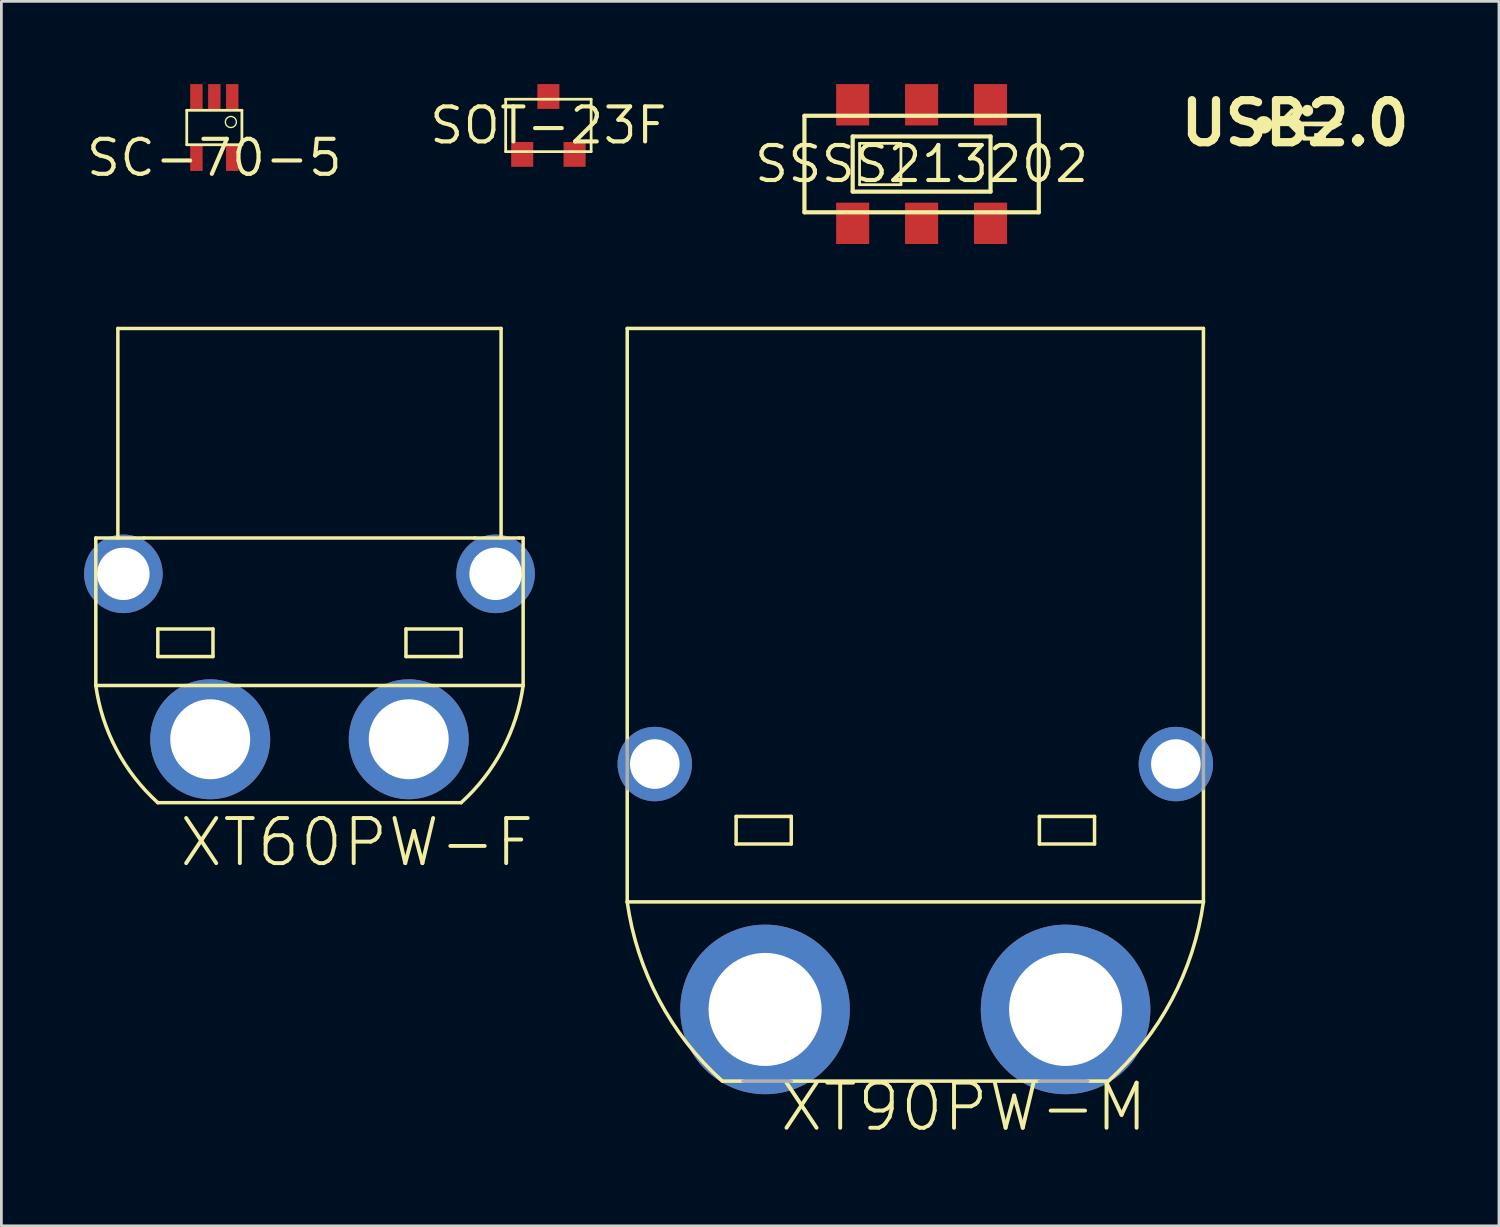
<source format=kicad_pcb>
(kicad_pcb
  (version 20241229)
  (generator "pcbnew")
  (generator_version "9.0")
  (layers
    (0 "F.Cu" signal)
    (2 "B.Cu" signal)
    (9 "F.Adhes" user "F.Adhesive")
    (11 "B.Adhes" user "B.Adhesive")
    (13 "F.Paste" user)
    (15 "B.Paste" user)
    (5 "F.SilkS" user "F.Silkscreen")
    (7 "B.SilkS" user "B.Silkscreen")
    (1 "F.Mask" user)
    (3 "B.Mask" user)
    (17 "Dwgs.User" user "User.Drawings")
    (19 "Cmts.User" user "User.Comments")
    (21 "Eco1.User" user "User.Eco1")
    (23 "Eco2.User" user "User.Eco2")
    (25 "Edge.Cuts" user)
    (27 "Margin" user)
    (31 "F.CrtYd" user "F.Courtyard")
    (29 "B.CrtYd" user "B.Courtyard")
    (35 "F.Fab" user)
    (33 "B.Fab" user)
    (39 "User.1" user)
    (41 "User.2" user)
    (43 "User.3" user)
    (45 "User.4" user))
  (footprint "XT60PW-F"
    (layer "F.Cu")
    (at 8.175 23.764)
    (property "Reference" "XT60PW-F" (at -4.8 4.7 0) (layer "F.SilkS") (effects (font (size 1.636 1.636) (thickness 0.142)) (justify left bottom)))
    (fp_line (start -7.75 -7.3) (end -7.75 -6.85) (stroke (width 0.127) (type solid)) (layer "F.SilkS"))
    (fp_line (start -7.75 -7.3) (end -6 -7.3) (stroke (width 0.127) (type solid)) (layer "F.SilkS"))
    (fp_line (start -7.75 -6.85) (end -7.75 -5) (stroke (width 0.127) (type solid)) (layer "F.SilkS"))
    (fp_line (start -7.75 -5) (end -7.75 -1.95) (stroke (width 0.127) (type solid)) (layer "F.SilkS"))
    (fp_line (start -7.75 -1.95) (end -4.5 -1.95) (stroke (width 0.127) (type solid)) (layer "F.SilkS"))
    (fp_line (start -6.95 -14.9) (end -6.95 -7.3) (stroke (width 0.127) (type solid)) (layer "F.SilkS"))
    (fp_line (start -6.95 -14.9) (end 6.95 -14.9) (stroke (width 0.127) (type solid)) (layer "F.SilkS"))
    (fp_line (start -6 -7.3) (end 6 -7.3) (stroke (width 0.127) (type solid)) (layer "F.SilkS"))
    (fp_line (start -5.5 -4) (end -5.5 -3) (stroke (width 0.127) (type solid)) (layer "F.SilkS"))
    (fp_line (start -5.5 -4) (end -3.5 -4) (stroke (width 0.127) (type solid)) (layer "F.SilkS"))
    (fp_line (start -5.5 2.3) (end 5.5 2.3) (stroke (width 0.127) (type solid)) (layer "F.SilkS"))
    (fp_line (start -4.5 -1.95) (end -2.75 -1.95) (stroke (width 0.127) (type solid)) (layer "F.SilkS"))
    (fp_line (start -3.5 -4) (end -3.5 -3) (stroke (width 0.127) (type solid)) (layer "F.SilkS"))
    (fp_line (start -3.5 -3) (end -5.5 -3) (stroke (width 0.127) (type solid)) (layer "F.SilkS"))
    (fp_line (start -2.75 -1.95) (end 2.75 -1.95) (stroke (width 0.127) (type solid)) (layer "F.SilkS"))
    (fp_line (start 3.5 -4) (end 3.5 -3) (stroke (width 0.127) (type solid)) (layer "F.SilkS"))
    (fp_line (start 3.5 -4) (end 5.5 -4) (stroke (width 0.127) (type solid)) (layer "F.SilkS"))
    (fp_line (start 4.5 -1.95) (end 2.75 -1.95) (stroke (width 0.127) (type solid)) (layer "F.SilkS"))
    (fp_line (start 4.5 -1.95) (end 7.75 -1.95) (stroke (width 0.127) (type solid)) (layer "F.SilkS"))
    (fp_line (start 5.5 -4) (end 5.5 -3) (stroke (width 0.127) (type solid)) (layer "F.SilkS"))
    (fp_line (start 5.5 -3) (end 3.5 -3) (stroke (width 0.127) (type solid)) (layer "F.SilkS"))
    (fp_line (start 6 -7.3) (end 7.6 -7.3) (stroke (width 0.127) (type solid)) (layer "F.SilkS"))
    (fp_line (start 6.95 -14.9) (end 6.95 -7.3) (stroke (width 0.127) (type solid)) (layer "F.SilkS"))
    (fp_line (start 7.6 -7.3) (end 7.75 -7.3) (stroke (width 0.127) (type solid)) (layer "F.SilkS"))
    (fp_line (start 7.75 -7.3) (end 7.75 -6.85) (stroke (width 0.127) (type solid)) (layer "F.SilkS"))
    (fp_line (start 7.75 -5) (end 7.75 -6.85) (stroke (width 0.127) (type solid)) (layer "F.SilkS"))
    (fp_line (start 7.75 -5) (end 7.75 -1.95) (stroke (width 0.127) (type solid)) (layer "F.SilkS"))
    (fp_arc (start -5.5 2.3) (mid -6.999695 0.373368) (end -7.75 -1.95) (stroke (width 0.127) (type solid)) (layer "F.SilkS"))
    (fp_arc (start 7.75 -1.95) (mid 6.999695 0.373368) (end 5.5 2.3) (stroke (width 0.127) (type solid)) (layer "F.SilkS"))
    (pad "+" thru_hole circle (at -3.6 0) (size 4.35 4.35) (drill 2.9) (layers "*.Cu" "*.Mask"))
    (pad "-" thru_hole circle (at 3.6 0) (size 4.35 4.35) (drill 2.9) (layers "*.Cu" "*.Mask"))
    (pad "P$3" thru_hole circle (at -6.75 -6) (size 2.85 2.85) (drill 1.9) (layers "*.Cu" "*.Mask"))
    (pad "P$4" thru_hole circle (at 6.75 -6) (size 2.85 2.85) (drill 1.9) (layers "*.Cu" "*.Mask")))
  (footprint "XT90PW-M"
    (layer "F.Cu")
    (at 30.15 33.563)
    (property "Reference" "XT90PW-M" (at -5 4.5 0) (layer "F.SilkS") (effects (font (size 1.636 1.636) (thickness 0.142)) (justify left bottom)))
    (fp_line (start -10.45 -24.7) (end -10.45 -9.75) (stroke (width 0.127) (type solid)) (layer "F.SilkS"))
    (fp_line (start -10.45 -24.7) (end 10.45 -24.7) (stroke (width 0.127) (type solid)) (layer "F.SilkS"))
    (fp_line (start -10.45 -8) (end -10.45 -3.9) (stroke (width 0.127) (type solid)) (layer "F.SilkS"))
    (fp_line (start -10.45 -3.9) (end 10.45 -3.9) (stroke (width 0.127) (type solid)) (layer "F.SilkS"))
    (fp_line (start -7 2.6) (end -6.25 2.6) (stroke (width 0.127) (type solid)) (layer "F.SilkS"))
    (fp_line (start -6.5 -7) (end -4.5 -7) (stroke (width 0.127) (type solid)) (layer "F.SilkS"))
    (fp_line (start -6.5 -6) (end -6.5 -7) (stroke (width 0.127) (type solid)) (layer "F.SilkS"))
    (fp_line (start -4.5 -7) (end -4.5 -6) (stroke (width 0.127) (type solid)) (layer "F.SilkS"))
    (fp_line (start -4.5 -6) (end -6.5 -6) (stroke (width 0.127) (type solid)) (layer "F.SilkS"))
    (fp_line (start -4.5 2.6) (end 4.5 2.6) (stroke (width 0.127) (type solid)) (layer "F.SilkS"))
    (fp_line (start 4.5 -7) (end 6.5 -7) (stroke (width 0.127) (type solid)) (layer "F.SilkS"))
    (fp_line (start 4.5 -6) (end 4.5 -7) (stroke (width 0.127) (type solid)) (layer "F.SilkS"))
    (fp_line (start 6.25 2.6) (end 7 2.6) (stroke (width 0.127) (type solid)) (layer "F.SilkS"))
    (fp_line (start 6.5 -7) (end 6.5 -6) (stroke (width 0.127) (type solid)) (layer "F.SilkS"))
    (fp_line (start 6.5 -6) (end 4.5 -6) (stroke (width 0.127) (type solid)) (layer "F.SilkS"))
    (fp_line (start 10.45 -24.7) (end 10.45 -9.75) (stroke (width 0.127) (type solid)) (layer "F.SilkS"))
    (fp_line (start 10.45 -8) (end 10.45 -3.9) (stroke (width 0.127) (type solid)) (layer "F.SilkS"))
    (fp_arc (start -7 2.6) (mid -9.298063 -0.345836) (end -10.45 -3.9) (stroke (width 0.127) (type solid)) (layer "F.SilkS"))
    (fp_arc (start 10.45 -3.899999) (mid 9.298063 -0.345835) (end 7 2.6) (stroke (width 0.127) (type solid)) (layer "F.SilkS"))
    (fp_line (start -10.45 -9.75) (end -10.45 -8) (stroke (width 0.127) (type solid)) (layer "F.Fab"))
    (fp_line (start -6.25 2.6) (end -4.5 2.6) (stroke (width 0.127) (type solid)) (layer "F.Fab"))
    (fp_line (start 4.5 2.6) (end 6.25 2.6) (stroke (width 0.127) (type solid)) (layer "F.Fab"))
    (fp_line (start 10.45 -9.75) (end 10.45 -8) (stroke (width 0.127) (type solid)) (layer "F.Fab"))
    (pad "+" thru_hole circle (at 5.45 0) (size 6.15 6.15) (drill 4.1) (layers "*.Cu" "*.Mask"))
    (pad "-" thru_hole circle (at -5.45 0) (size 6.15 6.15) (drill 4.1) (layers "*.Cu" "*.Mask"))
    (pad "P$3" thru_hole circle (at -9.45 -8.9) (size 2.7 2.7) (drill 1.8) (layers "*.Cu" "*.Mask"))
    (pad "P$4" thru_hole circle (at 9.45 -8.9) (size 2.7 2.7) (drill 1.8) (layers "*.Cu" "*.Mask")))
  (footprint "USB2.0"
    (layer "F.Cu")
    (at 43.922 1.418)
    (property "Reference" "USB2.0" (at 0 0 0) (layer "F.SilkS") (effects (font (size 1.524 1.524) (thickness 0.3))))
    (attr through_hole)
    (fp_poly (pts (xy 0.501 -0.656) (xy 0.544 -0.639) (xy 0.589 -0.602) (xy 0.627 -0.564) (xy 0.646 -0.529) (xy 0.652 -0.483) (xy 0.652 -0.457) (xy 0.649 -0.402) (xy 0.637 -0.365) (xy 0.607 -0.33) (xy 0.589 -0.312) (xy 0.542 -0.275) (xy 0.5 -0.258) (xy 0.447 -0.254) (xy 0.394 -0.258) (xy 0.354 -0.275) (xy 0.311 -0.312) (xy 0.31 -0.313) (xy 0.251 -0.373) (xy -0.077 -0.373) (xy -0.397 -0.051) (xy 1.355 -0.051) (xy 1.355 -0.11) (xy 1.357 -0.149) (xy 1.364 -0.169) (xy 1.365 -0.169) (xy 1.385 -0.161) (xy 1.426 -0.14) (xy 1.481 -0.11) (xy 1.542 -0.074) (xy 1.603 -0.038) (xy 1.656 -0.006) (xy 1.694 0.019) (xy 1.71 0.033) (xy 1.71 0.033) (xy 1.697 0.045) (xy 1.66 0.069) (xy 1.609 0.101) (xy 1.549 0.137) (xy 1.488 0.173) (xy 1.432 0.205) (xy 1.389 0.227) (xy 1.366 0.237) (xy 1.365 0.237) (xy 1.359 0.222) (xy 1.353 0.185) (xy 1.351 0.174) (xy 1.346 0.11) (xy 0.699 0.106) (xy 0.554 0.105) (xy 0.421 0.105) (xy 0.303 0.106) (xy 0.203 0.107) (xy 0.125 0.109) (xy 0.074 0.111) (xy 0.051 0.114) (xy 0.051 0.114) (xy 0.062 0.13) (xy 0.094 0.166) (xy 0.141 0.216) (xy 0.2 0.276) (xy 0.233 0.309) (xy 0.415 0.491) (xy 0.692 0.491) (xy 0.697 0.428) (xy 0.703 0.364) (xy 0.91 0.359) (xy 1.118 0.355) (xy 1.118 0.779) (xy 0.694 0.779) (xy 0.694 0.627) (xy 0.296 0.627) (xy 0.034 0.364) (xy -0.228 0.102) (xy -0.809 0.102) (xy -0.849 0.181) (xy -0.909 0.269) (xy -0.985 0.331) (xy -1.072 0.364) (xy -1.164 0.37) (xy -1.257 0.345) (xy -1.339 0.293) (xy -1.4 0.225) (xy -1.433 0.144) (xy -1.442 0.059) (xy -1.427 -0.04) (xy -1.388 -0.123) (xy -1.328 -0.188) (xy -1.254 -0.232) (xy -1.171 -0.254) (xy -1.084 -0.251) (xy -0.998 -0.222) (xy -0.919 -0.165) (xy -0.901 -0.146) (xy -0.869 -0.106) (xy -0.85 -0.076) (xy -0.847 -0.067) (xy -0.831 -0.059) (xy -0.79 -0.053) (xy -0.732 -0.051) (xy -0.724 -0.051) (xy -0.601 -0.051) (xy -0.127 -0.525) (xy 0.238 -0.525) (xy 0.303 -0.593) (xy 0.345 -0.633) (xy 0.38 -0.653) (xy 0.422 -0.66) (xy 0.446 -0.66) (xy 0.501 -0.656)) (stroke (width 0.01) (type solid)) (fill yes) (layer "F.SilkS")))
  (footprint "SSSS213202"
    (layer "F.Cu")
    (at 30.378 2.9)
    (property "Reference" "SSSS213202" (at 0 0 0) (layer "F.SilkS") (effects (font (size 1.27 1.27) (thickness 0.15))))
    (fp_line (start -4.25 -1.75) (end -4.25 1.75) (stroke (width 0.152) (type solid)) (layer "F.SilkS"))
    (fp_line (start -4.25 1.75) (end 4.25 1.75) (stroke (width 0.152) (type solid)) (layer "F.SilkS"))
    (fp_line (start -2.5 -1) (end -2.5 1) (stroke (width 0.152) (type solid)) (layer "F.SilkS"))
    (fp_line (start -2.5 1) (end 2.5 1) (stroke (width 0.152) (type solid)) (layer "F.SilkS"))
    (fp_line (start -2.25 -0.75) (end -2.25 0.75) (stroke (width 0.1) (type solid)) (layer "F.SilkS"))
    (fp_line (start -2.25 0.75) (end -0.75 0.75) (stroke (width 0.1) (type solid)) (layer "F.SilkS"))
    (fp_line (start -0.75 -0.75) (end -2.25 -0.75) (stroke (width 0.1) (type solid)) (layer "F.SilkS"))
    (fp_line (start -0.75 0.75) (end -0.75 -0.75) (stroke (width 0.1) (type solid)) (layer "F.SilkS"))
    (fp_line (start 2.5 -1) (end -2.5 -1) (stroke (width 0.152) (type solid)) (layer "F.SilkS"))
    (fp_line (start 2.5 1) (end 2.5 -1) (stroke (width 0.152) (type solid)) (layer "F.SilkS"))
    (fp_line (start 4.25 -1.75) (end -4.25 -1.75) (stroke (width 0.152) (type solid)) (layer "F.SilkS"))
    (fp_line (start 4.25 1.75) (end 4.25 -1.75) (stroke (width 0.152) (type solid)) (layer "F.SilkS"))
    (pad "1A" smd rect (at -2.5 -2.15) (size 1.2 1.5) (layers "F.Cu" "F.Mask" "F.Paste"))
    (pad "1B" smd rect (at -2.5 2.15) (size 1.2 1.5) (layers "F.Cu" "F.Mask" "F.Paste"))
    (pad "2A" smd rect (at 0 -2.15) (size 1.2 1.5) (layers "F.Cu" "F.Mask" "F.Paste"))
    (pad "2B" smd rect (at 0 2.15) (size 1.2 1.5) (layers "F.Cu" "F.Mask" "F.Paste"))
    (pad "3A" smd rect (at 2.5 -2.15) (size 1.2 1.5) (layers "F.Cu" "F.Mask" "F.Paste"))
    (pad "3B" smd rect (at 2.5 2.15) (size 1.2 1.5) (layers "F.Cu" "F.Mask" "F.Paste")))
  (footprint "SOT-23F"
    (layer "F.Cu")
    (at 16.841 1.5)
    (property "Reference" "SOT-23F" (at 0 0 0) (layer "F.SilkS") (effects (font (size 1.27 1.27) (thickness 0.15))))
    (fp_line (start -1.55 -0.95) (end -1.55 0.95) (stroke (width 0.1) (type solid)) (layer "F.SilkS"))
    (fp_line (start -1.55 0.95) (end 1.55 0.95) (stroke (width 0.1) (type solid)) (layer "F.SilkS"))
    (fp_line (start 1.55 -0.95) (end -1.55 -0.95) (stroke (width 0.1) (type solid)) (layer "F.SilkS"))
    (fp_line (start 1.55 0.95) (end 1.55 -0.95) (stroke (width 0.1) (type solid)) (layer "F.SilkS"))
    (pad "D" smd rect (at 0 -1.05) (size 0.8 0.9) (layers "F.Cu" "F.Mask" "F.Paste"))
    (pad "G" smd rect (at -0.95 1.05) (size 0.8 0.9) (layers "F.Cu" "F.Mask" "F.Paste"))
    (pad "S" smd rect (at 0.95 1.05) (size 0.8 0.9) (layers "F.Cu" "F.Mask" "F.Paste")))
  (footprint "SC-70-5"
    (layer "F.Cu")
    (at 4.724 2.675)
    (property "Reference" "SC-70-5" (at 0 0 0) (layer "F.SilkS") (effects (font (size 1.27 1.27) (thickness 0.15))))
    (fp_line (start -1 -1.725) (end -1 -0.475) (stroke (width 0.1) (type solid)) (layer "F.SilkS"))
    (fp_line (start -1 -0.475) (end 1 -0.475) (stroke (width 0.1) (type solid)) (layer "F.SilkS"))
    (fp_line (start 1 -1.725) (end -1 -1.725) (stroke (width 0.1) (type solid)) (layer "F.SilkS"))
    (fp_line (start 1 -0.475) (end 1 -1.725) (stroke (width 0.1) (type solid)) (layer "F.SilkS"))
    (fp_circle (center 0.6 -1.3) (end 0.8 -1.3) (stroke (width 0.05) (type solid)) (fill no) (layer "F.SilkS"))
    (pad "IN+" smd rect (at -0.65 -2.2) (size 0.45 0.95) (layers "F.Cu" "F.Mask" "F.Paste"))
    (pad "IN-" smd rect (at -0.65 0) (size 0.45 0.95) (layers "F.Cu" "F.Mask" "F.Paste"))
    (pad "OUT" smd rect (at 0.65 -2.2) (size 0.45 0.95) (layers "F.Cu" "F.Mask" "F.Paste"))
    (pad "VDD" smd rect (at 0.65 0) (size 0.45 0.95) (layers "F.Cu" "F.Mask" "F.Paste"))
    (pad "VSS" smd rect (at 0 -2.2) (size 0.45 0.95) (layers "F.Cu" "F.Mask" "F.Paste")))
  (gr_rect
    (start -3 -3)
    (end 51.319 41.414)
    (stroke (width 0.1) (type default))
    (fill no)
    (layer "Edge.Cuts")))
</source>
